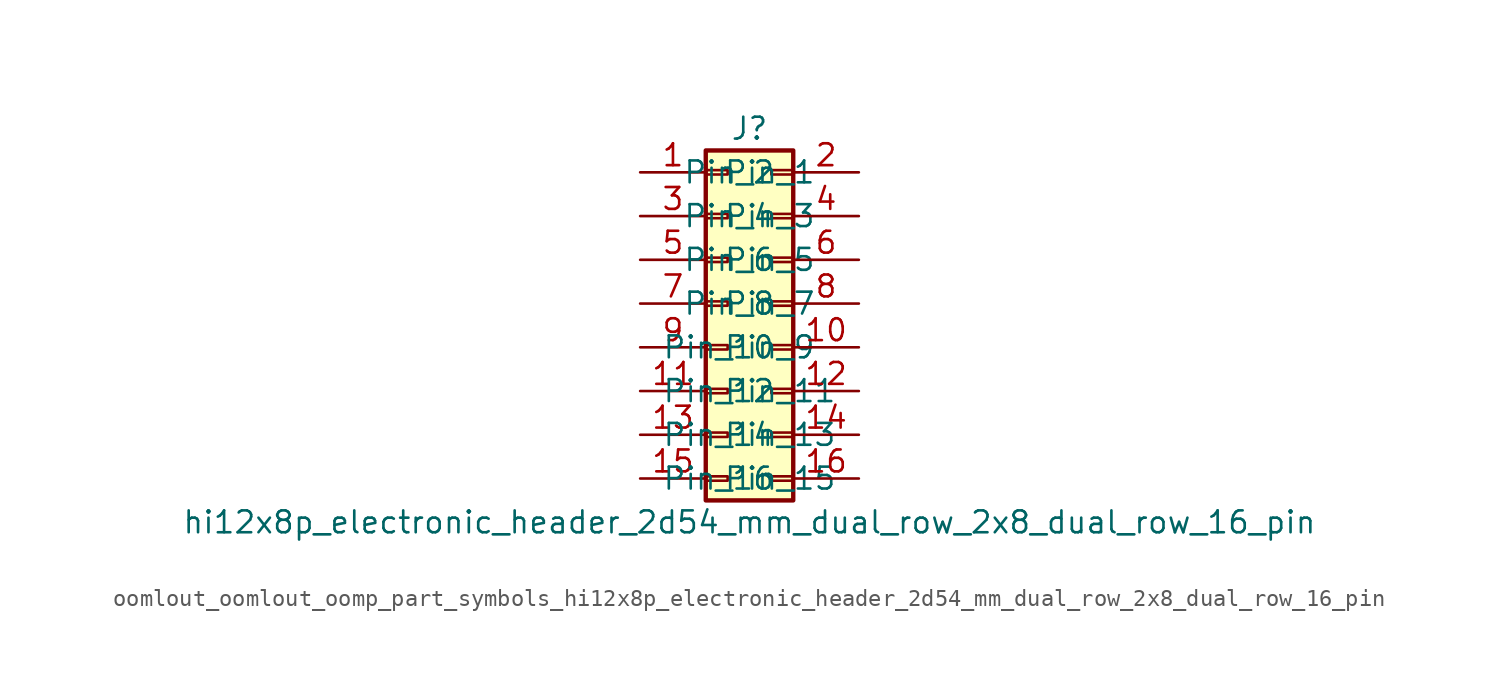
<source format=kicad_sym>
(kicad_symbol_lib
  (version 20220914)
  (generator kicad_symbol_editor)
  (symbol "oomlout_oomlout_oomp_part_symbols_hi12x8p_electronic_header_2d54_mm_dual_row_2x8_dual_row_16_pin"
    (pin_names
      (offset 1.016))
    (property "Reference" "J"
      (at 1.27 10.16 0)
      (effects (font (size 1.27 1.27))))
    (property "Value" "hi12x8p_electronic_header_2d54_mm_dual_row_2x8_dual_row_16_pin"
      (at 1.27 -12.7 0)
      (effects (font (size 1.27 1.27))))
    (symbol "oomlout_oomlout_oomp_part_symbols_hi12x8p_electronic_header_2d54_mm_dual_row_2x8_dual_row_16_pin_1_1"
      (rectangle (start -1.27 -10.033) (end 0 -10.287) (stroke (width 0.152) (type default)) (fill (type none)))
      (rectangle (start -1.27 -7.493) (end 0 -7.747) (stroke (width 0.152) (type default)) (fill (type none)))
      (rectangle (start -1.27 -4.953) (end 0 -5.207) (stroke (width 0.152) (type default)) (fill (type none)))
      (rectangle (start -1.27 -2.413) (end 0 -2.667) (stroke (width 0.152) (type default)) (fill (type none)))
      (rectangle (start -1.27 0.127) (end 0 -0.127) (stroke (width 0.152) (type default)) (fill (type none)))
      (rectangle (start -1.27 2.667) (end 0 2.413) (stroke (width 0.152) (type default)) (fill (type none)))
      (rectangle (start -1.27 5.207) (end 0 4.953) (stroke (width 0.152) (type default)) (fill (type none)))
      (rectangle (start -1.27 7.747) (end 0 7.493) (stroke (width 0.152) (type default)) (fill (type none)))
      (rectangle (start -1.27 8.89) (end 3.81 -11.43) (stroke (width 0.254) (type default)) (fill (type background)))
      (rectangle (start 3.81 -10.033) (end 2.54 -10.287) (stroke (width 0.152) (type default)) (fill (type none)))
      (rectangle (start 3.81 -7.493) (end 2.54 -7.747) (stroke (width 0.152) (type default)) (fill (type none)))
      (rectangle (start 3.81 -4.953) (end 2.54 -5.207) (stroke (width 0.152) (type default)) (fill (type none)))
      (rectangle (start 3.81 -2.413) (end 2.54 -2.667) (stroke (width 0.152) (type default)) (fill (type none)))
      (rectangle (start 3.81 0.127) (end 2.54 -0.127) (stroke (width 0.152) (type default)) (fill (type none)))
      (rectangle (start 3.81 2.667) (end 2.54 2.413) (stroke (width 0.152) (type default)) (fill (type none)))
      (rectangle (start 3.81 5.207) (end 2.54 4.953) (stroke (width 0.152) (type default)) (fill (type none)))
      (rectangle (start 3.81 7.747) (end 2.54 7.493) (stroke (width 0.152) (type default)) (fill (type none)))
      (pin passive line (at -5.08 7.62 0) (length 3.81) (name "Pin_1" (effects (font (size 1.27 1.27)))) (number "1" (effects (font (size 1.27 1.27)))))
      (pin passive line (at 7.62 -2.54 180) (length 3.81) (name "Pin_10" (effects (font (size 1.27 1.27)))) (number "10" (effects (font (size 1.27 1.27)))))
      (pin passive line (at -5.08 -5.08 0) (length 3.81) (name "Pin_11" (effects (font (size 1.27 1.27)))) (number "11" (effects (font (size 1.27 1.27)))))
      (pin passive line (at 7.62 -5.08 180) (length 3.81) (name "Pin_12" (effects (font (size 1.27 1.27)))) (number "12" (effects (font (size 1.27 1.27)))))
      (pin passive line (at -5.08 -7.62 0) (length 3.81) (name "Pin_13" (effects (font (size 1.27 1.27)))) (number "13" (effects (font (size 1.27 1.27)))))
      (pin passive line (at 7.62 -7.62 180) (length 3.81) (name "Pin_14" (effects (font (size 1.27 1.27)))) (number "14" (effects (font (size 1.27 1.27)))))
      (pin passive line (at -5.08 -10.16 0) (length 3.81) (name "Pin_15" (effects (font (size 1.27 1.27)))) (number "15" (effects (font (size 1.27 1.27)))))
      (pin passive line (at 7.62 -10.16 180) (length 3.81) (name "Pin_16" (effects (font (size 1.27 1.27)))) (number "16" (effects (font (size 1.27 1.27)))))
      (pin passive line (at 7.62 7.62 180) (length 3.81) (name "Pin_2" (effects (font (size 1.27 1.27)))) (number "2" (effects (font (size 1.27 1.27)))))
      (pin passive line (at -5.08 5.08 0) (length 3.81) (name "Pin_3" (effects (font (size 1.27 1.27)))) (number "3" (effects (font (size 1.27 1.27)))))
      (pin passive line (at 7.62 5.08 180) (length 3.81) (name "Pin_4" (effects (font (size 1.27 1.27)))) (number "4" (effects (font (size 1.27 1.27)))))
      (pin passive line (at -5.08 2.54 0) (length 3.81) (name "Pin_5" (effects (font (size 1.27 1.27)))) (number "5" (effects (font (size 1.27 1.27)))))
      (pin passive line (at 7.62 2.54 180) (length 3.81) (name "Pin_6" (effects (font (size 1.27 1.27)))) (number "6" (effects (font (size 1.27 1.27)))))
      (pin passive line (at -5.08 0 0) (length 3.81) (name "Pin_7" (effects (font (size 1.27 1.27)))) (number "7" (effects (font (size 1.27 1.27)))))
      (pin passive line (at 7.62 0 180) (length 3.81) (name "Pin_8" (effects (font (size 1.27 1.27)))) (number "8" (effects (font (size 1.27 1.27)))))
      (pin passive line (at -5.08 -2.54 0) (length 3.81) (name "Pin_9" (effects (font (size 1.27 1.27)))) (number "9" (effects (font (size 1.27 1.27))))))))
</source>
